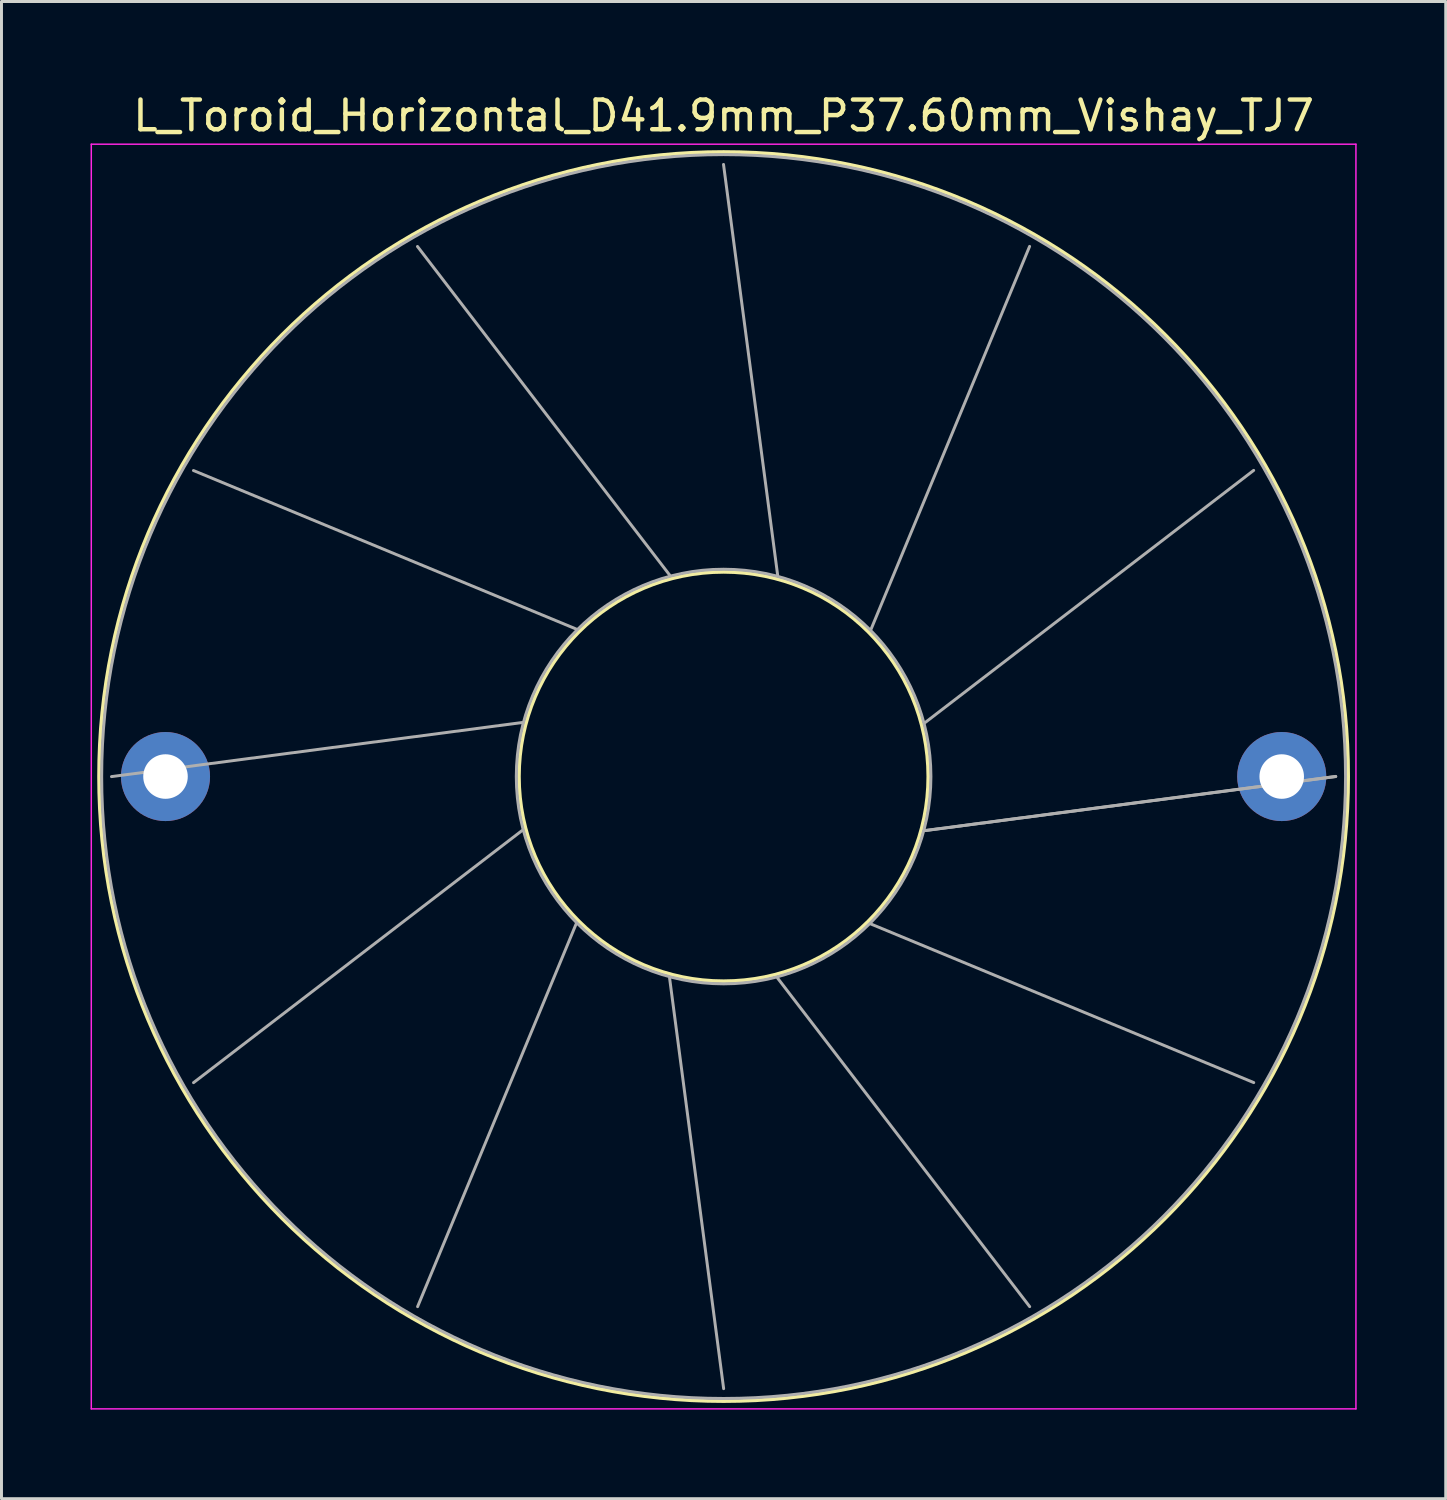
<source format=kicad_pcb>
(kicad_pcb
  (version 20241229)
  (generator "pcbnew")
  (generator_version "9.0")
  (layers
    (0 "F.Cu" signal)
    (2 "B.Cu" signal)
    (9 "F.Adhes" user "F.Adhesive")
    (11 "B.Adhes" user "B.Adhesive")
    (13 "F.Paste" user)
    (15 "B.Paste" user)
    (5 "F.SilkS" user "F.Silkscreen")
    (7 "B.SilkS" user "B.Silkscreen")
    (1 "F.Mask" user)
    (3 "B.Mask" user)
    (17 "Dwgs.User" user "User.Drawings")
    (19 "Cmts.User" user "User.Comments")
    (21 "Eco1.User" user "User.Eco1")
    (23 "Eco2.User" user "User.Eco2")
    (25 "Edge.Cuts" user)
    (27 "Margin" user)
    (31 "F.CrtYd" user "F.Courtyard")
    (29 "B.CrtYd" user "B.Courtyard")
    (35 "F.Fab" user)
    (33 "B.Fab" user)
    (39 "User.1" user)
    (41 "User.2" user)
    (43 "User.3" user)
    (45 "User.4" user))
  (footprint "L_Toroid_Horizontal_D41.9mm_P37.60mm_Vishay_TJ7"
    (layer "F.Cu")
    (at 2.525 23.108)
    (property "Reference" "L_Toroid_Horizontal_D41.9mm_P37.60mm_Vishay_TJ7" (at 18.8 -22.26 0) (layer "F.SilkS") (effects (font (size 1 1) (thickness 0.15))))
    (attr through_hole)
    (fp_circle (center 18.8 0) (end 25.693 0) (stroke (width 0.12) (type solid)) (fill no) (layer "F.SilkS"))
    (fp_circle (center 18.8 0) (end 39.84 0) (stroke (width 0.12) (type solid)) (fill no) (layer "F.SilkS"))
    (fp_line (start -2.5 -21.3) (end -2.5 21.3) (stroke (width 0.05) (type solid)) (layer "F.CrtYd"))
    (fp_line (start -2.5 21.3) (end 40.1 21.3) (stroke (width 0.05) (type solid)) (layer "F.CrtYd"))
    (fp_line (start 40.1 -21.3) (end -2.5 -21.3) (stroke (width 0.05) (type solid)) (layer "F.CrtYd"))
    (fp_line (start 40.1 21.3) (end 40.1 -21.3) (stroke (width 0.05) (type solid)) (layer "F.CrtYd"))
    (fp_line (start -1.819 0.002) (end 12.008 -1.819) (stroke (width 0.1) (type solid)) (layer "F.Fab"))
    (fp_line (start 0.942 -10.308) (end 13.828 -4.971) (stroke (width 0.1) (type solid)) (layer "F.Fab"))
    (fp_line (start 0.944 10.311) (end 12.009 1.82) (stroke (width 0.1) (type solid)) (layer "F.Fab"))
    (fp_line (start 8.488 -17.855) (end 16.979 -6.791) (stroke (width 0.1) (type solid)) (layer "F.Fab"))
    (fp_line (start 8.492 17.857) (end 13.829 4.972) (stroke (width 0.1) (type solid)) (layer "F.Fab"))
    (fp_line (start 18.797 -20.619) (end 20.619 -6.792) (stroke (width 0.1) (type solid)) (layer "F.Fab"))
    (fp_line (start 18.801 20.619) (end 16.981 6.792) (stroke (width 0.1) (type solid)) (layer "F.Fab"))
    (fp_line (start 29.107 -17.858) (end 23.771 -4.973) (stroke (width 0.1) (type solid)) (layer "F.Fab"))
    (fp_line (start 29.11 17.856) (end 20.62 6.792) (stroke (width 0.1) (type solid)) (layer "F.Fab"))
    (fp_line (start 36.655 -10.313) (end 25.591 -1.821) (stroke (width 0.1) (type solid)) (layer "F.Fab"))
    (fp_line (start 36.657 10.309) (end 23.772 4.972) (stroke (width 0.1) (type solid)) (layer "F.Fab"))
    (fp_line (start 39.419 -0.004) (end 25.592 1.818) (stroke (width 0.1) (type solid)) (layer "F.Fab"))
    (fp_line (start 39.419 0) (end 25.592 1.82) (stroke (width 0.1) (type solid)) (layer "F.Fab"))
    (fp_circle (center 18.8 0) (end 25.783 0) (stroke (width 0.1) (type solid)) (fill no) (layer "F.Fab"))
    (fp_circle (center 18.8 0) (end 39.75 0) (stroke (width 0.1) (type solid)) (fill no) (layer "F.Fab"))
    (pad "1" thru_hole circle (at 0 0) (size 3 3) (drill 1.5) (layers "*.Cu" "*.Mask"))
    (pad "2" thru_hole circle (at 37.6 0) (size 3 3) (drill 1.5) (layers "*.Cu" "*.Mask")))
  (gr_rect
    (start -3 -3)
    (end 45.65 47.433)
    (stroke (width 0.1) (type default))
    (fill no)
    (layer "Edge.Cuts")))
</source>
